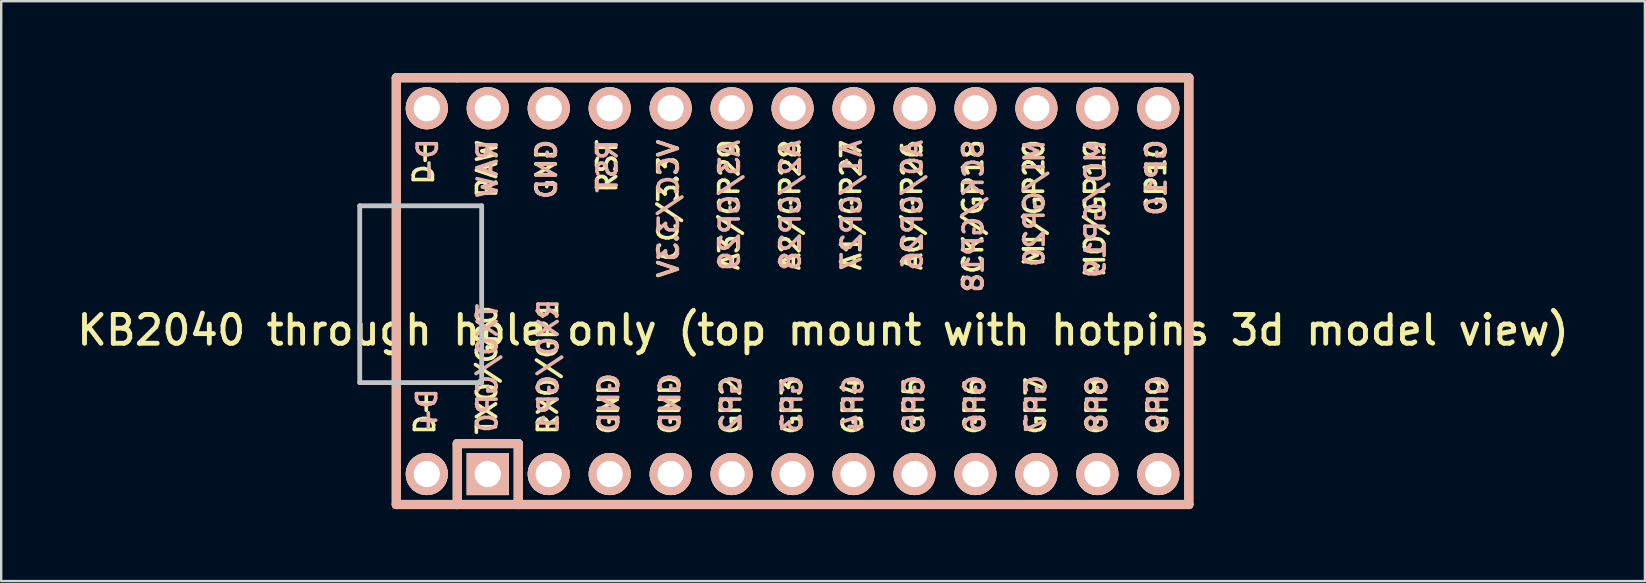
<source format=kicad_pcb>
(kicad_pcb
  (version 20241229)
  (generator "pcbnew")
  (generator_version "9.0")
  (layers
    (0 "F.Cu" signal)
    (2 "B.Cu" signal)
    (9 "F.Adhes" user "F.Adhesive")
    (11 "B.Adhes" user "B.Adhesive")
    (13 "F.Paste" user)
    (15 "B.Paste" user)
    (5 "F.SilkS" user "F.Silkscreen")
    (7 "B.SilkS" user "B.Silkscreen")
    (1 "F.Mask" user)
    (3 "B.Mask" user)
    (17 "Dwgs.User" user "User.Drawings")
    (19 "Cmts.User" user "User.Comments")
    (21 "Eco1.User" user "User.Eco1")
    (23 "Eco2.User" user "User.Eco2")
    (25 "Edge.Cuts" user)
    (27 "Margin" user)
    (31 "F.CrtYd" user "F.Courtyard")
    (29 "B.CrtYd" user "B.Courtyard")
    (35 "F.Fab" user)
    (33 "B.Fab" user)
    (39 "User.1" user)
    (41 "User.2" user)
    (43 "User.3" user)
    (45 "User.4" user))
  (footprint "KB2040 through hole only (top mount with hotpins 3d model view)"
    (layer "F.Cu")
    (at 31.242 9.081)
    (property "Reference" "KB2040 through hole only (top mount with hotpins 3d model view)" (at 0 1.625 0) (layer "F.SilkS") (effects (font (size 1.2 1.2) (thickness 0.203))))
    (attr through_hole)
    (fp_line (start -17.78 -8.89) (end -17.78 8.89) (stroke (width 0.381) (type solid)) (layer "F.SilkS"))
    (fp_line (start -17.78 8.89) (end -15.24 8.89) (stroke (width 0.381) (type solid)) (layer "F.SilkS"))
    (fp_line (start -15.24 -8.89) (end -17.78 -8.89) (stroke (width 0.381) (type solid)) (layer "F.SilkS"))
    (fp_line (start -15.24 6.35) (end -15.24 8.89) (stroke (width 0.381) (type solid)) (layer "F.SilkS"))
    (fp_line (start -15.24 6.35) (end -12.7 6.35) (stroke (width 0.381) (type solid)) (layer "F.SilkS"))
    (fp_line (start -15.24 8.89) (end 15.24 8.89) (stroke (width 0.381) (type solid)) (layer "F.SilkS"))
    (fp_line (start -12.7 6.35) (end -12.7 8.89) (stroke (width 0.381) (type solid)) (layer "F.SilkS"))
    (fp_line (start 15.24 -8.89) (end -15.24 -8.89) (stroke (width 0.381) (type solid)) (layer "F.SilkS"))
    (fp_line (start 15.24 8.89) (end 15.24 -8.89) (stroke (width 0.381) (type solid)) (layer "F.SilkS"))
    (fp_line (start -17.78 -8.89) (end -17.78 8.89) (stroke (width 0.381) (type solid)) (layer "B.SilkS"))
    (fp_line (start -17.78 8.89) (end 15.24 8.89) (stroke (width 0.381) (type solid)) (layer "B.SilkS"))
    (fp_line (start -15.24 6.35) (end -15.24 8.89) (stroke (width 0.381) (type solid)) (layer "B.SilkS"))
    (fp_line (start -12.7 6.35) (end -15.24 6.35) (stroke (width 0.381) (type solid)) (layer "B.SilkS"))
    (fp_line (start -12.7 6.35) (end -12.7 8.89) (stroke (width 0.381) (type solid)) (layer "B.SilkS"))
    (fp_line (start 15.24 -8.89) (end -17.78 -8.89) (stroke (width 0.381) (type solid)) (layer "B.SilkS"))
    (fp_line (start 15.24 8.89) (end 15.24 -8.89) (stroke (width 0.381) (type solid)) (layer "B.SilkS"))
    (fp_line (start -19.304 -3.556) (end -14.224 -3.556) (stroke (width 0.2) (type solid)) (layer "Dwgs.User"))
    (fp_line (start -19.304 3.81) (end -19.304 -3.556) (stroke (width 0.2) (type solid)) (layer "Dwgs.User"))
    (fp_line (start -14.224 -3.556) (end -14.224 3.81) (stroke (width 0.2) (type solid)) (layer "Dwgs.User"))
    (fp_line (start -14.224 3.81) (end -19.304 3.81) (stroke (width 0.2) (type solid)) (layer "Dwgs.User"))
    (fp_text user "A2/GP28" (at -1.372 -0.79 90) (layer "F.SilkS") (effects (font (size 0.8 0.8) (thickness 0.15)) (justify left)))
    (fp_text user "GP4" (at 1.234 3.493 90) (layer "F.SilkS") (effects (font (size 0.8 0.8) (thickness 0.15)) (justify right)))
    (fp_text user "GND" (at -11.532 -3.762 90) (layer "F.SilkS") (effects (font (size 0.8 0.8) (thickness 0.15)) (justify left)))
    (fp_text user "GND" (at -8.936 3.416 90) (layer "F.SilkS") (effects (font (size 0.8 0.8) (thickness 0.15)) (justify right)))
    (fp_text user "RX0/GP1" (at -11.466 0.331 90) (layer "F.SilkS") (effects (font (size 0.8 0.8) (thickness 0.15)) (justify right)))
    (fp_text user "RAW" (at -14.002 -3.8 90) (layer "F.SilkS") (effects (font (size 0.8 0.8) (thickness 0.15)) (justify left)))
    (fp_text user "GP3" (at -1.306 3.493 90) (layer "F.SilkS") (effects (font (size 0.8 0.8) (thickness 0.15)) (justify right)))
    (fp_text user "SCK/GP18" (at 6.248 0.124 90) (layer "F.SilkS") (effects (font (size 0.8 0.8) (thickness 0.15)) (justify left)))
    (fp_text user "VCC/3.3V" (at -6.452 -0.486 90) (layer "F.SilkS") (effects (font (size 0.8 0.8) (thickness 0.15)) (justify left)))
    (fp_text user "GP7" (at 8.854 3.493 90) (layer "F.SilkS") (effects (font (size 0.8 0.8) (thickness 0.15)) (justify right)))
    (fp_text user "MI/GP20" (at 8.788 -0.943 90) (layer "F.SilkS") (effects (font (size 0.8 0.8) (thickness 0.15)) (justify left)))
    (fp_text user "GP10" (at 13.868 -3.076 90) (layer "F.SilkS") (effects (font (size 0.8 0.8) (thickness 0.15)) (justify left)))
    (fp_text user "D-" (at -16.637 -6.35 90) (layer "F.SilkS") (effects (font (size 0.8 0.8) (thickness 0.15)) (justify right)))
    (fp_text user "A3/GP29" (at -3.912 -0.79 90) (layer "F.SilkS") (effects (font (size 0.8 0.8) (thickness 0.15)) (justify left)))
    (fp_text user "GP6" (at 6.314 3.493 90) (layer "F.SilkS") (effects (font (size 0.8 0.8) (thickness 0.15)) (justify right)))
    (fp_text user "A1/GP27" (at 1.168 -0.79 90) (layer "F.SilkS") (effects (font (size 0.8 0.8) (thickness 0.15)) (justify left)))
    (fp_text user "GP5" (at 3.774 3.493 90) (layer "F.SilkS") (effects (font (size 0.8 0.8) (thickness 0.15)) (justify right)))
    (fp_text user "MO/GP19" (at 11.328 -0.486 90) (layer "F.SilkS") (effects (font (size 0.8 0.8) (thickness 0.15)) (justify left)))
    (fp_text user "RST" (at -9 -4.029 90) (layer "F.SilkS") (effects (font (size 0.8 0.8) (thickness 0.15)) (justify left)))
    (fp_text user "GP9" (at 13.934 3.493 90) (layer "F.SilkS") (effects (font (size 0.8 0.8) (thickness 0.15)) (justify right)))
    (fp_text user "TX0/GP0" (at -14.006 0.521 90) (layer "F.SilkS") (effects (font (size 0.8 0.8) (thickness 0.15)) (justify right)))
    (fp_text user "GP8" (at 11.394 3.493 90) (layer "F.SilkS") (effects (font (size 0.8 0.8) (thickness 0.15)) (justify right)))
    (fp_text user "GND" (at -6.386 3.416 90) (layer "F.SilkS") (effects (font (size 0.8 0.8) (thickness 0.15)) (justify right)))
    (fp_text user "D+" (at -16.589 4.064 90) (layer "F.SilkS") (effects (font (size 0.8 0.8) (thickness 0.15)) (justify right)))
    (fp_text user "A0/GP26" (at 3.708 -0.79 90) (layer "F.SilkS") (effects (font (size 0.8 0.8) (thickness 0.15)) (justify left)))
    (fp_text user "GP2" (at -3.846 3.493 90) (layer "F.SilkS") (effects (font (size 0.8 0.8) (thickness 0.15)) (justify right)))
    (fp_text user "GP2" (at -3.822 5.969 270) (layer "B.SilkS") (effects (font (size 0.8 0.8) (thickness 0.15)) (justify right mirror)))
    (fp_text user "GP9" (at 13.958 5.969 270) (layer "B.SilkS") (effects (font (size 0.8 0.8) (thickness 0.15)) (justify right mirror)))
    (fp_text user "SCK/GP18" (at 6.268 -6.385 270) (layer "B.SilkS") (effects (font (size 0.8 0.8) (thickness 0.15)) (justify left mirror)))
    (fp_text user "GP4" (at 1.258 5.969 270) (layer "B.SilkS") (effects (font (size 0.8 0.8) (thickness 0.15)) (justify right mirror)))
    (fp_text user "GP10" (at 13.888 -6.385 270) (layer "B.SilkS") (effects (font (size 0.8 0.8) (thickness 0.15)) (justify left mirror)))
    (fp_text user "GP5" (at 3.798 5.969 270) (layer "B.SilkS") (effects (font (size 0.8 0.8) (thickness 0.15)) (justify right mirror)))
    (fp_text user "MI/GP20" (at 8.808 -6.385 270) (layer "B.SilkS") (effects (font (size 0.8 0.8) (thickness 0.15)) (justify left mirror)))
    (fp_text user "GP6" (at 6.338 5.969 270) (layer "B.SilkS") (effects (font (size 0.8 0.8) (thickness 0.15)) (justify right mirror)))
    (fp_text user "D+" (at -16.503 5.969 270) (layer "B.SilkS") (effects (font (size 0.8 0.8) (thickness 0.15)) (justify right mirror)))
    (fp_text user "A3/GP29" (at -3.892 -6.385 270) (layer "B.SilkS") (effects (font (size 0.8 0.8) (thickness 0.15)) (justify left mirror)))
    (fp_text user "MO/GP19" (at 11.348 -6.385 270) (layer "B.SilkS") (effects (font (size 0.8 0.8) (thickness 0.15)) (justify left mirror)))
    (fp_text user "RX0/GP1" (at -11.442 5.969 270) (layer "B.SilkS") (effects (font (size 0.8 0.8) (thickness 0.15)) (justify right mirror)))
    (fp_text user "D-" (at -16.474 -4.445 270) (layer "B.SilkS") (effects (font (size 0.8 0.8) (thickness 0.15)) (justify right mirror)))
    (fp_text user "GP3" (at -1.282 5.969 270) (layer "B.SilkS") (effects (font (size 0.8 0.8) (thickness 0.15)) (justify right mirror)))
    (fp_text user "GND" (at -11.512 -6.385 270) (layer "B.SilkS") (effects (font (size 0.8 0.8) (thickness 0.15)) (justify left mirror)))
    (fp_text user "VCC/3.3V" (at -6.432 -6.385 270) (layer "B.SilkS") (effects (font (size 0.8 0.8) (thickness 0.15)) (justify left mirror)))
    (fp_text user "A1/GP27" (at 1.188 -6.385 270) (layer "B.SilkS") (effects (font (size 0.8 0.8) (thickness 0.15)) (justify left mirror)))
    (fp_text user "GND" (at -8.912 5.969 270) (layer "B.SilkS") (effects (font (size 0.8 0.8) (thickness 0.15)) (justify right mirror)))
    (fp_text user "A0/GP26" (at 3.728 -6.385 270) (layer "B.SilkS") (effects (font (size 0.8 0.8) (thickness 0.15)) (justify left mirror)))
    (fp_text user "GP8" (at 11.418 5.969 270) (layer "B.SilkS") (effects (font (size 0.8 0.8) (thickness 0.15)) (justify right mirror)))
    (fp_text user "RST" (at -8.981 -6.385 270) (layer "B.SilkS") (effects (font (size 0.8 0.8) (thickness 0.15)) (justify left mirror)))
    (fp_text user "TX0/GP0" (at -13.982 5.969 270) (layer "B.SilkS") (effects (font (size 0.8 0.8) (thickness 0.15)) (justify right mirror)))
    (fp_text user "A2/GP28" (at -1.352 -6.385 270) (layer "B.SilkS") (effects (font (size 0.8 0.8) (thickness 0.15)) (justify left mirror)))
    (fp_text user "RAW" (at -13.982 -6.385 270) (layer "B.SilkS") (effects (font (size 0.8 0.8) (thickness 0.15)) (justify left mirror)))
    (fp_text user "GND" (at -6.362 5.969 270) (layer "B.SilkS") (effects (font (size 0.8 0.8) (thickness 0.15)) (justify right mirror)))
    (fp_text user "GP7" (at 8.878 5.969 270) (layer "B.SilkS") (effects (font (size 0.8 0.8) (thickness 0.15)) (justify right mirror)))
    (pad "0" thru_hole circle (at -16.51 7.62) (size 1.753 1.753) (drill 1.092) (layers "*.Cu" "*.SilkS" "*.Mask"))
    (pad "1" thru_hole rect (at -13.97 7.62) (size 1.753 1.753) (drill 1.092) (layers "*.Cu" "*.SilkS" "*.Mask"))
    (pad "2" thru_hole circle (at -11.43 7.62) (size 1.753 1.753) (drill 1.092) (layers "*.Cu" "*.SilkS" "*.Mask"))
    (pad "3" thru_hole circle (at -8.89 7.62) (size 1.753 1.753) (drill 1.092) (layers "*.Cu" "*.SilkS" "*.Mask"))
    (pad "4" thru_hole circle (at -6.35 7.62) (size 1.753 1.753) (drill 1.092) (layers "*.Cu" "*.SilkS" "*.Mask"))
    (pad "5" thru_hole circle (at -3.81 7.62) (size 1.753 1.753) (drill 1.092) (layers "*.Cu" "*.SilkS" "*.Mask"))
    (pad "6" thru_hole circle (at -1.27 7.62) (size 1.753 1.753) (drill 1.092) (layers "*.Cu" "*.SilkS" "*.Mask"))
    (pad "7" thru_hole circle (at 1.27 7.62) (size 1.753 1.753) (drill 1.092) (layers "*.Cu" "*.SilkS" "*.Mask"))
    (pad "8" thru_hole circle (at 3.81 7.62) (size 1.753 1.753) (drill 1.092) (layers "*.Cu" "*.SilkS" "*.Mask"))
    (pad "9" thru_hole circle (at 6.35 7.62) (size 1.753 1.753) (drill 1.092) (layers "*.Cu" "*.SilkS" "*.Mask"))
    (pad "10" thru_hole circle (at 8.89 7.62) (size 1.753 1.753) (drill 1.092) (layers "*.Cu" "*.SilkS" "*.Mask"))
    (pad "11" thru_hole circle (at 11.43 7.62) (size 1.753 1.753) (drill 1.092) (layers "*.Cu" "*.SilkS" "*.Mask"))
    (pad "12" thru_hole circle (at 13.97 7.62) (size 1.753 1.753) (drill 1.092) (layers "*.Cu" "*.SilkS" "*.Mask"))
    (pad "13" thru_hole circle (at 13.97 -7.62) (size 1.753 1.753) (drill 1.092) (layers "*.Cu" "*.SilkS" "*.Mask"))
    (pad "14" thru_hole circle (at 11.43 -7.62) (size 1.753 1.753) (drill 1.092) (layers "*.Cu" "*.SilkS" "*.Mask"))
    (pad "15" thru_hole circle (at 8.89 -7.62) (size 1.753 1.753) (drill 1.092) (layers "*.Cu" "*.SilkS" "*.Mask"))
    (pad "16" thru_hole circle (at 6.35 -7.62) (size 1.753 1.753) (drill 1.092) (layers "*.Cu" "*.SilkS" "*.Mask"))
    (pad "17" thru_hole circle (at 3.81 -7.62) (size 1.753 1.753) (drill 1.092) (layers "*.Cu" "*.SilkS" "*.Mask"))
    (pad "18" thru_hole circle (at 1.27 -7.62) (size 1.753 1.753) (drill 1.092) (layers "*.Cu" "*.SilkS" "*.Mask"))
    (pad "19" thru_hole circle (at -1.27 -7.62) (size 1.753 1.753) (drill 1.092) (layers "*.Cu" "*.SilkS" "*.Mask"))
    (pad "20" thru_hole circle (at -3.81 -7.62) (size 1.753 1.753) (drill 1.092) (layers "*.Cu" "*.SilkS" "*.Mask"))
    (pad "21" thru_hole circle (at -6.35 -7.62) (size 1.753 1.753) (drill 1.092) (layers "*.Cu" "*.SilkS" "*.Mask"))
    (pad "22" thru_hole circle (at -8.89 -7.62) (size 1.753 1.753) (drill 1.092) (layers "*.Cu" "*.SilkS" "*.Mask"))
    (pad "23" thru_hole circle (at -11.43 -7.62) (size 1.753 1.753) (drill 1.092) (layers "*.Cu" "*.SilkS" "*.Mask"))
    (pad "24" thru_hole circle (at -13.97 -7.62) (size 1.753 1.753) (drill 1.092) (layers "*.Cu" "*.SilkS" "*.Mask"))
    (pad "25" thru_hole circle (at -16.51 -7.62) (size 1.753 1.753) (drill 1.092) (layers "*.Cu" "*.SilkS" "*.Mask")))
  (gr_rect
    (start -3 -3)
    (end 65.484 21.161)
    (stroke (width 0.1) (type default))
    (fill no)
    (layer "Edge.Cuts")))
</source>
